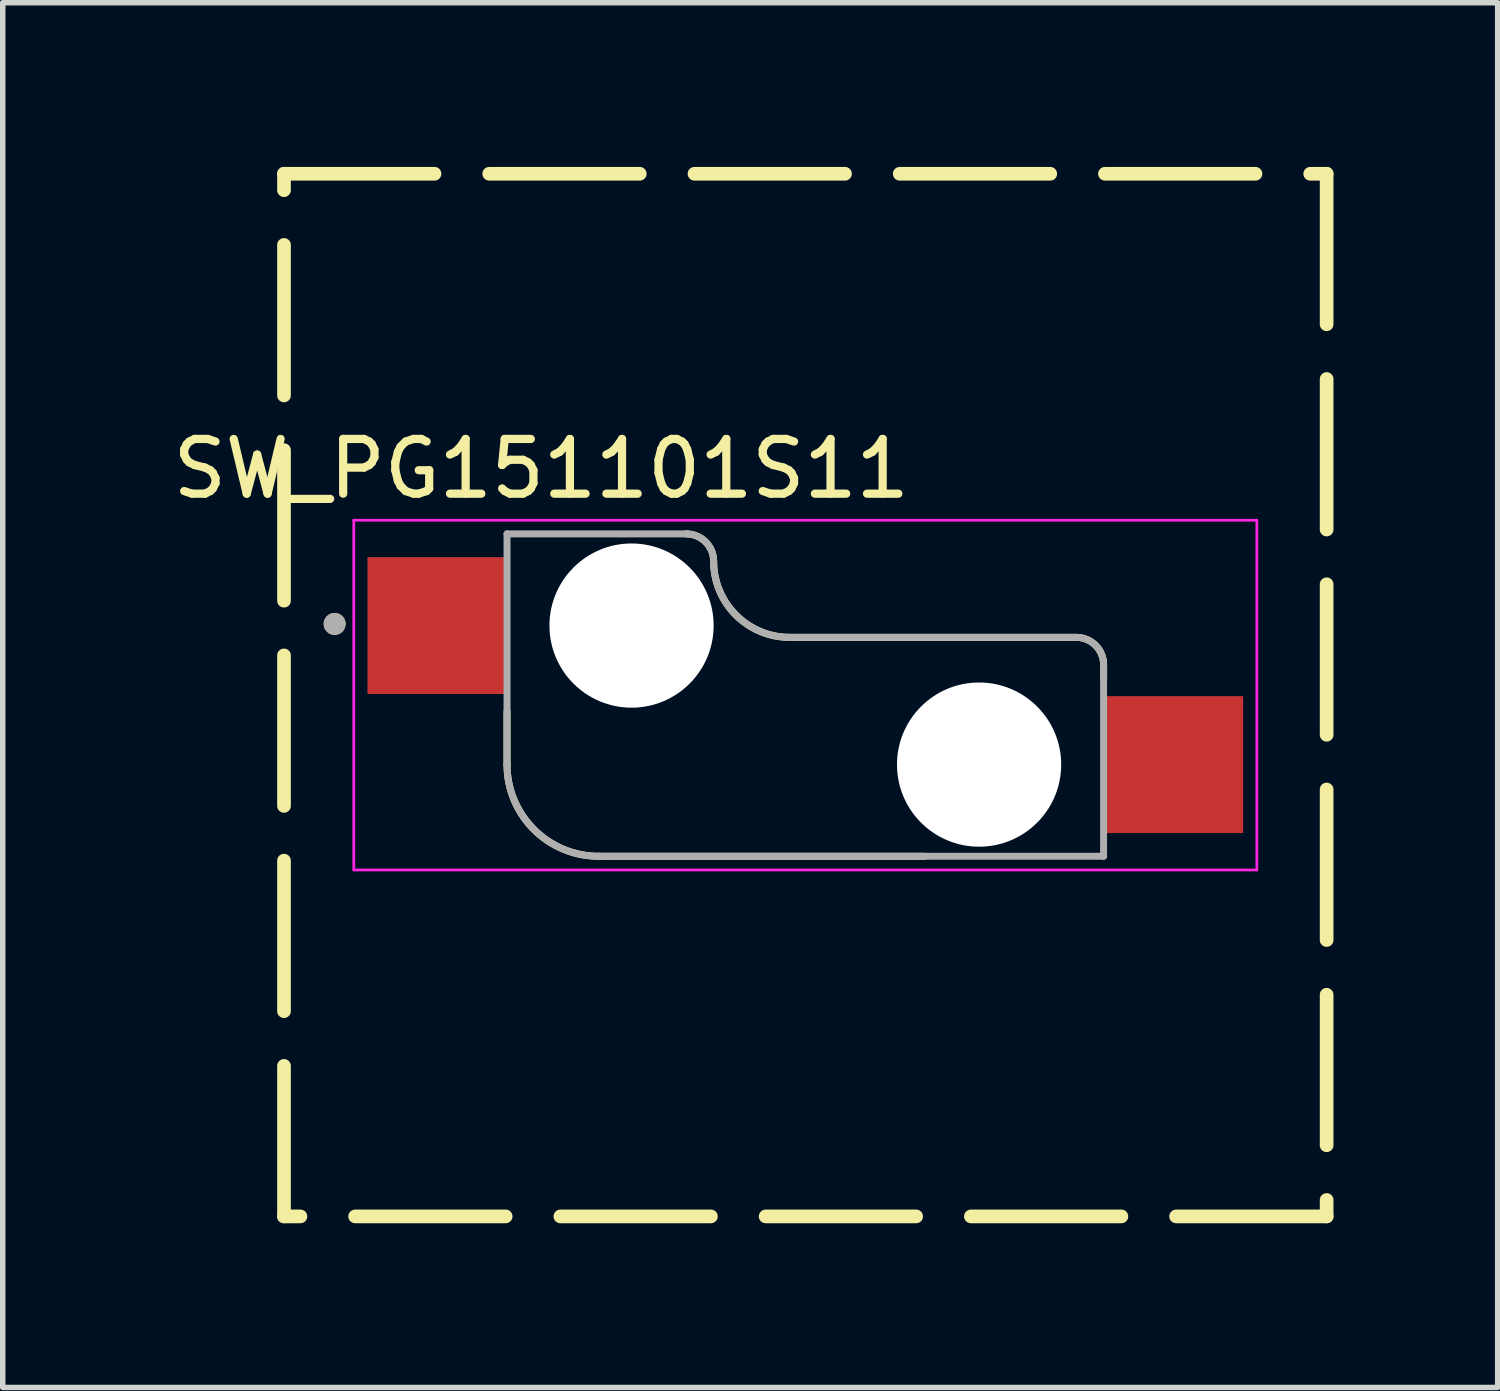
<source format=kicad_pcb>
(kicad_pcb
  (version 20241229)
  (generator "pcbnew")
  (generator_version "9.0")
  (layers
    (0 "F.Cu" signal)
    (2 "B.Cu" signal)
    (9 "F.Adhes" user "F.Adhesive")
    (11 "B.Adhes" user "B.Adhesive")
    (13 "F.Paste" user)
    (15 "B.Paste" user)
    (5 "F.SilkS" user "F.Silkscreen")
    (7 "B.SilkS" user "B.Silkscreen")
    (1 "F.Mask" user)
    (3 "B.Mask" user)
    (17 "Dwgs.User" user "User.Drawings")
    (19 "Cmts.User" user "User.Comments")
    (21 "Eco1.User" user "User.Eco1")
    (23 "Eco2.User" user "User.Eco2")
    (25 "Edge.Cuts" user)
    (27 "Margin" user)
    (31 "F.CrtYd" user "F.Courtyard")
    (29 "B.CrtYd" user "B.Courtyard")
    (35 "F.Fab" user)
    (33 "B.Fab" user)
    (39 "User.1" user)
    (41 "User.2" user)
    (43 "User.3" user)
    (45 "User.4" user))
  (footprint "SW_PG151101S11"
    (layer "F.Cu")
    (at 11.664 9.65)
    (property "Reference" "SW_PG151101S11" (at -4.825 -4.135 0) (layer "F.SilkS") (effects (font (size 1 1) (thickness 0.15))))
    (attr smd)
    (fp_line (start -5.45 1.27) (end -5.45 0.3) (stroke (width 0.127) (type solid)) (layer "F.SilkS"))
    (fp_line (start -0.285 -1.055) (end 4.95 -1.055) (stroke (width 0.127) (type solid)) (layer "F.SilkS"))
    (fp_line (start 2.175 2.945) (end -3.775 2.945) (stroke (width 0.127) (type solid)) (layer "F.SilkS"))
    (fp_line (start 5.45 -0.555) (end 5.45 -0.3) (stroke (width 0.127) (type solid)) (layer "F.SilkS"))
    (fp_rect (start -9.525 -9.525) (end 9.525 9.525) (stroke (width 0.25) (type dash)) (fill no) (layer "F.SilkS"))
    (fp_arc (start -3.775 2.945) (mid -4.959404 2.454404) (end -5.45 1.27) (stroke (width 0.127) (type solid)) (layer "F.SilkS"))
    (fp_arc (start -2.175 -2.945) (mid -1.821447 -2.798553) (end -1.675 -2.445) (stroke (width 0.127) (type solid)) (layer "F.SilkS"))
    (fp_arc (start -0.285 -1.055) (mid -1.267878 -1.462122) (end -1.675 -2.445) (stroke (width 0.127) (type solid)) (layer "F.SilkS"))
    (fp_arc (start 4.95 -1.055) (mid 5.303553 -0.908553) (end 5.45 -0.555) (stroke (width 0.127) (type solid)) (layer "F.SilkS"))
    (fp_circle (center -8.6 -1.3) (end -8.5 -1.3) (stroke (width 0.2) (type solid)) (fill no) (layer "F.SilkS"))
    (fp_line (start -8.25 -3.195) (end 8.25 -3.195) (stroke (width 0.05) (type solid)) (layer "F.CrtYd"))
    (fp_line (start -8.25 3.195) (end -8.25 -3.195) (stroke (width 0.05) (type solid)) (layer "F.CrtYd"))
    (fp_line (start 8.25 -3.195) (end 8.25 3.195) (stroke (width 0.05) (type solid)) (layer "F.CrtYd"))
    (fp_line (start 8.25 3.195) (end -8.25 3.195) (stroke (width 0.05) (type solid)) (layer "F.CrtYd"))
    (fp_line (start -5.45 -2.945) (end -2.175 -2.945) (stroke (width 0.127) (type solid)) (layer "F.Fab"))
    (fp_line (start -5.45 1.27) (end -5.45 -2.945) (stroke (width 0.127) (type solid)) (layer "F.Fab"))
    (fp_line (start -0.285 -1.055) (end 4.95 -1.055) (stroke (width 0.127) (type solid)) (layer "F.Fab"))
    (fp_line (start 5.45 -0.555) (end 5.45 2.945) (stroke (width 0.127) (type solid)) (layer "F.Fab"))
    (fp_line (start 5.45 2.945) (end -3.775 2.945) (stroke (width 0.127) (type solid)) (layer "F.Fab"))
    (fp_arc (start -3.775 2.945) (mid -4.959404 2.454404) (end -5.45 1.27) (stroke (width 0.127) (type solid)) (layer "F.Fab"))
    (fp_arc (start -2.175 -2.945) (mid -1.821447 -2.798553) (end -1.675 -2.445) (stroke (width 0.127) (type solid)) (layer "F.Fab"))
    (fp_arc (start -0.285 -1.055) (mid -1.267878 -1.462122) (end -1.675 -2.445) (stroke (width 0.127) (type solid)) (layer "F.Fab"))
    (fp_arc (start 4.95 -1.055) (mid 5.303553 -0.908553) (end 5.45 -0.555) (stroke (width 0.127) (type solid)) (layer "F.Fab"))
    (fp_circle (center -8.6 -1.3) (end -8.5 -1.3) (stroke (width 0.2) (type solid)) (fill no) (layer "F.Fab"))
    (pad "" np_thru_hole circle (at -3.175 -1.27) (size 3 3) (drill 3) (layers "*.Cu" "*.Mask"))
    (pad "" np_thru_hole circle (at 3.175 1.27) (size 3 3) (drill 3) (layers "*.Cu" "*.Mask"))
    (pad "1" smd rect (at -6.725 -1.27) (size 2.55 2.5) (layers "F.Cu" "F.Mask" "F.Paste"))
    (pad "2" smd rect (at 6.725 1.27) (size 2.55 2.5) (layers "F.Cu" "F.Mask" "F.Paste")))
  (gr_rect
    (start -3 -3)
    (end 24.314 22.3)
    (stroke (width 0.1) (type default))
    (fill no)
    (layer "Edge.Cuts")))
</source>
